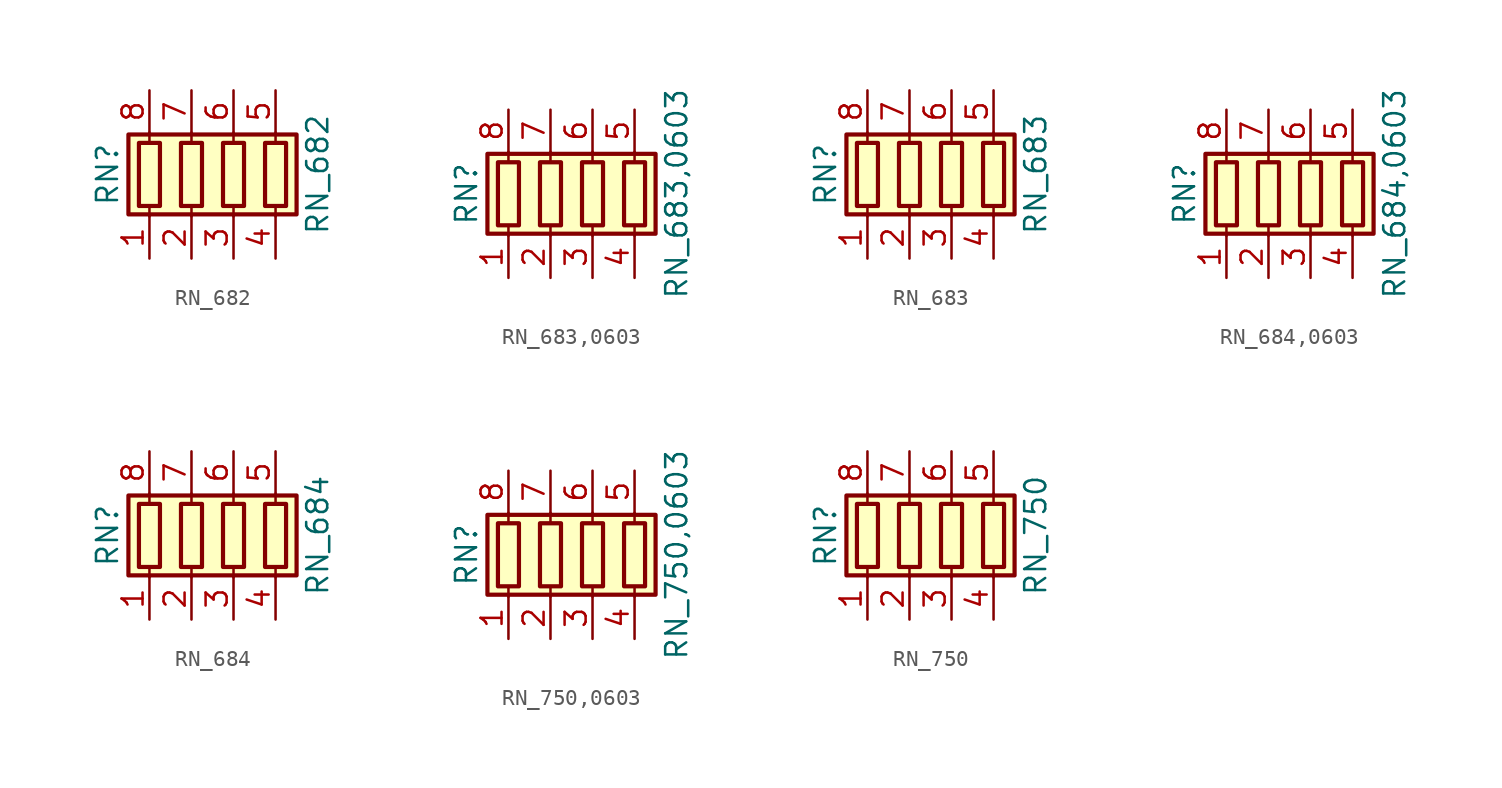
<source format=kicad_sym>
(kicad_symbol_lib
  (version 20211014)
  (generator kicad_symbol_editor)
  (symbol "RN_682"
    (pin_names
      (offset 0) hide)
    (property "Reference" "RN"
      (at -7.62 0 90)
      (effects (font (size 1.27 1.27))))
    (property "Value" "RN_682"
      (at 5.08 0 90)
      (effects (font (size 1.27 1.27))))
    (symbol "RN_682_0_1"
      (rectangle (start -6.35 -2.413) (end 3.81 2.413) (stroke (width 0.254) (type default) (color 0 0 0 0)) (fill (type background)))
      (rectangle (start -5.715 1.905) (end -4.445 -1.905) (stroke (width 0.254) (type default) (color 0 0 0 0)) (fill (type none)))
      (rectangle (start -3.175 1.905) (end -1.905 -1.905) (stroke (width 0.254) (type default) (color 0 0 0 0)) (fill (type none)))
      (rectangle (start -0.635 1.905) (end 0.635 -1.905) (stroke (width 0.254) (type default) (color 0 0 0 0)) (fill (type none)))
      (polyline (pts (xy -5.08 -2.54) (xy -5.08 -1.905)) (stroke (width 0) (type default) (color 0 0 0 0)) (fill (type none)))
      (polyline (pts (xy -5.08 1.905) (xy -5.08 2.54)) (stroke (width 0) (type default) (color 0 0 0 0)) (fill (type none)))
      (polyline (pts (xy -2.54 -2.54) (xy -2.54 -1.905)) (stroke (width 0) (type default) (color 0 0 0 0)) (fill (type none)))
      (polyline (pts (xy -2.54 1.905) (xy -2.54 2.54)) (stroke (width 0) (type default) (color 0 0 0 0)) (fill (type none)))
      (polyline (pts (xy 0 -2.54) (xy 0 -1.905)) (stroke (width 0) (type default) (color 0 0 0 0)) (fill (type none)))
      (polyline (pts (xy 0 1.905) (xy 0 2.54)) (stroke (width 0) (type default) (color 0 0 0 0)) (fill (type none)))
      (polyline (pts (xy 2.54 -2.54) (xy 2.54 -1.905)) (stroke (width 0) (type default) (color 0 0 0 0)) (fill (type none)))
      (polyline (pts (xy 2.54 1.905) (xy 2.54 2.54)) (stroke (width 0) (type default) (color 0 0 0 0)) (fill (type none)))
      (rectangle (start 1.905 1.905) (end 3.175 -1.905) (stroke (width 0.254) (type default) (color 0 0 0 0)) (fill (type none))))
    (symbol "RN_682_1_1"
      (pin passive line (at -5.08 -5.08 90) (length 2.54) (name "R1.1" (effects (font (size 1.27 1.27)))) (number "1" (effects (font (size 1.27 1.27)))))
      (pin passive line (at -2.54 -5.08 90) (length 2.54) (name "R2.1" (effects (font (size 1.27 1.27)))) (number "2" (effects (font (size 1.27 1.27)))))
      (pin passive line (at 0 -5.08 90) (length 2.54) (name "R3.1" (effects (font (size 1.27 1.27)))) (number "3" (effects (font (size 1.27 1.27)))))
      (pin passive line (at 2.54 -5.08 90) (length 2.54) (name "R4.1" (effects (font (size 1.27 1.27)))) (number "4" (effects (font (size 1.27 1.27)))))
      (pin passive line (at 2.54 5.08 270) (length 2.54) (name "R4.2" (effects (font (size 1.27 1.27)))) (number "5" (effects (font (size 1.27 1.27)))))
      (pin passive line (at 0 5.08 270) (length 2.54) (name "R3.2" (effects (font (size 1.27 1.27)))) (number "6" (effects (font (size 1.27 1.27)))))
      (pin passive line (at -2.54 5.08 270) (length 2.54) (name "R2.2" (effects (font (size 1.27 1.27)))) (number "7" (effects (font (size 1.27 1.27)))))
      (pin passive line (at -5.08 5.08 270) (length 2.54) (name "R1.2" (effects (font (size 1.27 1.27)))) (number "8" (effects (font (size 1.27 1.27)))))))
  (symbol "RN_683,0603"
    (pin_names
      (offset 0) hide)
    (property "Reference" "RN"
      (at -7.62 0 90)
      (effects (font (size 1.27 1.27))))
    (property "Value" "RN_683,0603"
      (at 5.08 0 90)
      (effects (font (size 1.27 1.27))))
    (symbol "RN_683,0603_0_1"
      (rectangle (start -6.35 -2.413) (end 3.81 2.413) (stroke (width 0.254) (type default) (color 0 0 0 0)) (fill (type background)))
      (rectangle (start -5.715 1.905) (end -4.445 -1.905) (stroke (width 0.254) (type default) (color 0 0 0 0)) (fill (type none)))
      (rectangle (start -3.175 1.905) (end -1.905 -1.905) (stroke (width 0.254) (type default) (color 0 0 0 0)) (fill (type none)))
      (rectangle (start -0.635 1.905) (end 0.635 -1.905) (stroke (width 0.254) (type default) (color 0 0 0 0)) (fill (type none)))
      (polyline (pts (xy -5.08 -2.54) (xy -5.08 -1.905)) (stroke (width 0) (type default) (color 0 0 0 0)) (fill (type none)))
      (polyline (pts (xy -5.08 1.905) (xy -5.08 2.54)) (stroke (width 0) (type default) (color 0 0 0 0)) (fill (type none)))
      (polyline (pts (xy -2.54 -2.54) (xy -2.54 -1.905)) (stroke (width 0) (type default) (color 0 0 0 0)) (fill (type none)))
      (polyline (pts (xy -2.54 1.905) (xy -2.54 2.54)) (stroke (width 0) (type default) (color 0 0 0 0)) (fill (type none)))
      (polyline (pts (xy 0 -2.54) (xy 0 -1.905)) (stroke (width 0) (type default) (color 0 0 0 0)) (fill (type none)))
      (polyline (pts (xy 0 1.905) (xy 0 2.54)) (stroke (width 0) (type default) (color 0 0 0 0)) (fill (type none)))
      (polyline (pts (xy 2.54 -2.54) (xy 2.54 -1.905)) (stroke (width 0) (type default) (color 0 0 0 0)) (fill (type none)))
      (polyline (pts (xy 2.54 1.905) (xy 2.54 2.54)) (stroke (width 0) (type default) (color 0 0 0 0)) (fill (type none)))
      (rectangle (start 1.905 1.905) (end 3.175 -1.905) (stroke (width 0.254) (type default) (color 0 0 0 0)) (fill (type none))))
    (symbol "RN_683,0603_1_1"
      (pin passive line (at -5.08 -5.08 90) (length 2.54) (name "R1.1" (effects (font (size 1.27 1.27)))) (number "1" (effects (font (size 1.27 1.27)))))
      (pin passive line (at -2.54 -5.08 90) (length 2.54) (name "R2.1" (effects (font (size 1.27 1.27)))) (number "2" (effects (font (size 1.27 1.27)))))
      (pin passive line (at 0 -5.08 90) (length 2.54) (name "R3.1" (effects (font (size 1.27 1.27)))) (number "3" (effects (font (size 1.27 1.27)))))
      (pin passive line (at 2.54 -5.08 90) (length 2.54) (name "R4.1" (effects (font (size 1.27 1.27)))) (number "4" (effects (font (size 1.27 1.27)))))
      (pin passive line (at 2.54 5.08 270) (length 2.54) (name "R4.2" (effects (font (size 1.27 1.27)))) (number "5" (effects (font (size 1.27 1.27)))))
      (pin passive line (at 0 5.08 270) (length 2.54) (name "R3.2" (effects (font (size 1.27 1.27)))) (number "6" (effects (font (size 1.27 1.27)))))
      (pin passive line (at -2.54 5.08 270) (length 2.54) (name "R2.2" (effects (font (size 1.27 1.27)))) (number "7" (effects (font (size 1.27 1.27)))))
      (pin passive line (at -5.08 5.08 270) (length 2.54) (name "R1.2" (effects (font (size 1.27 1.27)))) (number "8" (effects (font (size 1.27 1.27)))))))
  (symbol "RN_683"
    (pin_names
      (offset 0) hide)
    (property "Reference" "RN"
      (at -7.62 0 90)
      (effects (font (size 1.27 1.27))))
    (property "Value" "RN_683"
      (at 5.08 0 90)
      (effects (font (size 1.27 1.27))))
    (symbol "RN_683_0_1"
      (rectangle (start -6.35 -2.413) (end 3.81 2.413) (stroke (width 0.254) (type default) (color 0 0 0 0)) (fill (type background)))
      (rectangle (start -5.715 1.905) (end -4.445 -1.905) (stroke (width 0.254) (type default) (color 0 0 0 0)) (fill (type none)))
      (rectangle (start -3.175 1.905) (end -1.905 -1.905) (stroke (width 0.254) (type default) (color 0 0 0 0)) (fill (type none)))
      (rectangle (start -0.635 1.905) (end 0.635 -1.905) (stroke (width 0.254) (type default) (color 0 0 0 0)) (fill (type none)))
      (polyline (pts (xy -5.08 -2.54) (xy -5.08 -1.905)) (stroke (width 0) (type default) (color 0 0 0 0)) (fill (type none)))
      (polyline (pts (xy -5.08 1.905) (xy -5.08 2.54)) (stroke (width 0) (type default) (color 0 0 0 0)) (fill (type none)))
      (polyline (pts (xy -2.54 -2.54) (xy -2.54 -1.905)) (stroke (width 0) (type default) (color 0 0 0 0)) (fill (type none)))
      (polyline (pts (xy -2.54 1.905) (xy -2.54 2.54)) (stroke (width 0) (type default) (color 0 0 0 0)) (fill (type none)))
      (polyline (pts (xy 0 -2.54) (xy 0 -1.905)) (stroke (width 0) (type default) (color 0 0 0 0)) (fill (type none)))
      (polyline (pts (xy 0 1.905) (xy 0 2.54)) (stroke (width 0) (type default) (color 0 0 0 0)) (fill (type none)))
      (polyline (pts (xy 2.54 -2.54) (xy 2.54 -1.905)) (stroke (width 0) (type default) (color 0 0 0 0)) (fill (type none)))
      (polyline (pts (xy 2.54 1.905) (xy 2.54 2.54)) (stroke (width 0) (type default) (color 0 0 0 0)) (fill (type none)))
      (rectangle (start 1.905 1.905) (end 3.175 -1.905) (stroke (width 0.254) (type default) (color 0 0 0 0)) (fill (type none))))
    (symbol "RN_683_1_1"
      (pin passive line (at -5.08 -5.08 90) (length 2.54) (name "R1.1" (effects (font (size 1.27 1.27)))) (number "1" (effects (font (size 1.27 1.27)))))
      (pin passive line (at -2.54 -5.08 90) (length 2.54) (name "R2.1" (effects (font (size 1.27 1.27)))) (number "2" (effects (font (size 1.27 1.27)))))
      (pin passive line (at 0 -5.08 90) (length 2.54) (name "R3.1" (effects (font (size 1.27 1.27)))) (number "3" (effects (font (size 1.27 1.27)))))
      (pin passive line (at 2.54 -5.08 90) (length 2.54) (name "R4.1" (effects (font (size 1.27 1.27)))) (number "4" (effects (font (size 1.27 1.27)))))
      (pin passive line (at 2.54 5.08 270) (length 2.54) (name "R4.2" (effects (font (size 1.27 1.27)))) (number "5" (effects (font (size 1.27 1.27)))))
      (pin passive line (at 0 5.08 270) (length 2.54) (name "R3.2" (effects (font (size 1.27 1.27)))) (number "6" (effects (font (size 1.27 1.27)))))
      (pin passive line (at -2.54 5.08 270) (length 2.54) (name "R2.2" (effects (font (size 1.27 1.27)))) (number "7" (effects (font (size 1.27 1.27)))))
      (pin passive line (at -5.08 5.08 270) (length 2.54) (name "R1.2" (effects (font (size 1.27 1.27)))) (number "8" (effects (font (size 1.27 1.27)))))))
  (symbol "RN_684,0603"
    (pin_names
      (offset 0) hide)
    (property "Reference" "RN"
      (at -7.62 0 90)
      (effects (font (size 1.27 1.27))))
    (property "Value" "RN_684,0603"
      (at 5.08 0 90)
      (effects (font (size 1.27 1.27))))
    (symbol "RN_684,0603_0_1"
      (rectangle (start -6.35 -2.413) (end 3.81 2.413) (stroke (width 0.254) (type default) (color 0 0 0 0)) (fill (type background)))
      (rectangle (start -5.715 1.905) (end -4.445 -1.905) (stroke (width 0.254) (type default) (color 0 0 0 0)) (fill (type none)))
      (rectangle (start -3.175 1.905) (end -1.905 -1.905) (stroke (width 0.254) (type default) (color 0 0 0 0)) (fill (type none)))
      (rectangle (start -0.635 1.905) (end 0.635 -1.905) (stroke (width 0.254) (type default) (color 0 0 0 0)) (fill (type none)))
      (polyline (pts (xy -5.08 -2.54) (xy -5.08 -1.905)) (stroke (width 0) (type default) (color 0 0 0 0)) (fill (type none)))
      (polyline (pts (xy -5.08 1.905) (xy -5.08 2.54)) (stroke (width 0) (type default) (color 0 0 0 0)) (fill (type none)))
      (polyline (pts (xy -2.54 -2.54) (xy -2.54 -1.905)) (stroke (width 0) (type default) (color 0 0 0 0)) (fill (type none)))
      (polyline (pts (xy -2.54 1.905) (xy -2.54 2.54)) (stroke (width 0) (type default) (color 0 0 0 0)) (fill (type none)))
      (polyline (pts (xy 0 -2.54) (xy 0 -1.905)) (stroke (width 0) (type default) (color 0 0 0 0)) (fill (type none)))
      (polyline (pts (xy 0 1.905) (xy 0 2.54)) (stroke (width 0) (type default) (color 0 0 0 0)) (fill (type none)))
      (polyline (pts (xy 2.54 -2.54) (xy 2.54 -1.905)) (stroke (width 0) (type default) (color 0 0 0 0)) (fill (type none)))
      (polyline (pts (xy 2.54 1.905) (xy 2.54 2.54)) (stroke (width 0) (type default) (color 0 0 0 0)) (fill (type none)))
      (rectangle (start 1.905 1.905) (end 3.175 -1.905) (stroke (width 0.254) (type default) (color 0 0 0 0)) (fill (type none))))
    (symbol "RN_684,0603_1_1"
      (pin passive line (at -5.08 -5.08 90) (length 2.54) (name "R1.1" (effects (font (size 1.27 1.27)))) (number "1" (effects (font (size 1.27 1.27)))))
      (pin passive line (at -2.54 -5.08 90) (length 2.54) (name "R2.1" (effects (font (size 1.27 1.27)))) (number "2" (effects (font (size 1.27 1.27)))))
      (pin passive line (at 0 -5.08 90) (length 2.54) (name "R3.1" (effects (font (size 1.27 1.27)))) (number "3" (effects (font (size 1.27 1.27)))))
      (pin passive line (at 2.54 -5.08 90) (length 2.54) (name "R4.1" (effects (font (size 1.27 1.27)))) (number "4" (effects (font (size 1.27 1.27)))))
      (pin passive line (at 2.54 5.08 270) (length 2.54) (name "R4.2" (effects (font (size 1.27 1.27)))) (number "5" (effects (font (size 1.27 1.27)))))
      (pin passive line (at 0 5.08 270) (length 2.54) (name "R3.2" (effects (font (size 1.27 1.27)))) (number "6" (effects (font (size 1.27 1.27)))))
      (pin passive line (at -2.54 5.08 270) (length 2.54) (name "R2.2" (effects (font (size 1.27 1.27)))) (number "7" (effects (font (size 1.27 1.27)))))
      (pin passive line (at -5.08 5.08 270) (length 2.54) (name "R1.2" (effects (font (size 1.27 1.27)))) (number "8" (effects (font (size 1.27 1.27)))))))
  (symbol "RN_684"
    (pin_names
      (offset 0) hide)
    (property "Reference" "RN"
      (at -7.62 0 90)
      (effects (font (size 1.27 1.27))))
    (property "Value" "RN_684"
      (at 5.08 0 90)
      (effects (font (size 1.27 1.27))))
    (symbol "RN_684_0_1"
      (rectangle (start -6.35 -2.413) (end 3.81 2.413) (stroke (width 0.254) (type default) (color 0 0 0 0)) (fill (type background)))
      (rectangle (start -5.715 1.905) (end -4.445 -1.905) (stroke (width 0.254) (type default) (color 0 0 0 0)) (fill (type none)))
      (rectangle (start -3.175 1.905) (end -1.905 -1.905) (stroke (width 0.254) (type default) (color 0 0 0 0)) (fill (type none)))
      (rectangle (start -0.635 1.905) (end 0.635 -1.905) (stroke (width 0.254) (type default) (color 0 0 0 0)) (fill (type none)))
      (polyline (pts (xy -5.08 -2.54) (xy -5.08 -1.905)) (stroke (width 0) (type default) (color 0 0 0 0)) (fill (type none)))
      (polyline (pts (xy -5.08 1.905) (xy -5.08 2.54)) (stroke (width 0) (type default) (color 0 0 0 0)) (fill (type none)))
      (polyline (pts (xy -2.54 -2.54) (xy -2.54 -1.905)) (stroke (width 0) (type default) (color 0 0 0 0)) (fill (type none)))
      (polyline (pts (xy -2.54 1.905) (xy -2.54 2.54)) (stroke (width 0) (type default) (color 0 0 0 0)) (fill (type none)))
      (polyline (pts (xy 0 -2.54) (xy 0 -1.905)) (stroke (width 0) (type default) (color 0 0 0 0)) (fill (type none)))
      (polyline (pts (xy 0 1.905) (xy 0 2.54)) (stroke (width 0) (type default) (color 0 0 0 0)) (fill (type none)))
      (polyline (pts (xy 2.54 -2.54) (xy 2.54 -1.905)) (stroke (width 0) (type default) (color 0 0 0 0)) (fill (type none)))
      (polyline (pts (xy 2.54 1.905) (xy 2.54 2.54)) (stroke (width 0) (type default) (color 0 0 0 0)) (fill (type none)))
      (rectangle (start 1.905 1.905) (end 3.175 -1.905) (stroke (width 0.254) (type default) (color 0 0 0 0)) (fill (type none))))
    (symbol "RN_684_1_1"
      (pin passive line (at -5.08 -5.08 90) (length 2.54) (name "R1.1" (effects (font (size 1.27 1.27)))) (number "1" (effects (font (size 1.27 1.27)))))
      (pin passive line (at -2.54 -5.08 90) (length 2.54) (name "R2.1" (effects (font (size 1.27 1.27)))) (number "2" (effects (font (size 1.27 1.27)))))
      (pin passive line (at 0 -5.08 90) (length 2.54) (name "R3.1" (effects (font (size 1.27 1.27)))) (number "3" (effects (font (size 1.27 1.27)))))
      (pin passive line (at 2.54 -5.08 90) (length 2.54) (name "R4.1" (effects (font (size 1.27 1.27)))) (number "4" (effects (font (size 1.27 1.27)))))
      (pin passive line (at 2.54 5.08 270) (length 2.54) (name "R4.2" (effects (font (size 1.27 1.27)))) (number "5" (effects (font (size 1.27 1.27)))))
      (pin passive line (at 0 5.08 270) (length 2.54) (name "R3.2" (effects (font (size 1.27 1.27)))) (number "6" (effects (font (size 1.27 1.27)))))
      (pin passive line (at -2.54 5.08 270) (length 2.54) (name "R2.2" (effects (font (size 1.27 1.27)))) (number "7" (effects (font (size 1.27 1.27)))))
      (pin passive line (at -5.08 5.08 270) (length 2.54) (name "R1.2" (effects (font (size 1.27 1.27)))) (number "8" (effects (font (size 1.27 1.27)))))))
  (symbol "RN_750,0603"
    (pin_names
      (offset 0) hide)
    (property "Reference" "RN"
      (at -7.62 0 90)
      (effects (font (size 1.27 1.27))))
    (property "Value" "RN_750,0603"
      (at 5.08 0 90)
      (effects (font (size 1.27 1.27))))
    (symbol "RN_750,0603_0_1"
      (rectangle (start -6.35 -2.413) (end 3.81 2.413) (stroke (width 0.254) (type default) (color 0 0 0 0)) (fill (type background)))
      (rectangle (start -5.715 1.905) (end -4.445 -1.905) (stroke (width 0.254) (type default) (color 0 0 0 0)) (fill (type none)))
      (rectangle (start -3.175 1.905) (end -1.905 -1.905) (stroke (width 0.254) (type default) (color 0 0 0 0)) (fill (type none)))
      (rectangle (start -0.635 1.905) (end 0.635 -1.905) (stroke (width 0.254) (type default) (color 0 0 0 0)) (fill (type none)))
      (polyline (pts (xy -5.08 -2.54) (xy -5.08 -1.905)) (stroke (width 0) (type default) (color 0 0 0 0)) (fill (type none)))
      (polyline (pts (xy -5.08 1.905) (xy -5.08 2.54)) (stroke (width 0) (type default) (color 0 0 0 0)) (fill (type none)))
      (polyline (pts (xy -2.54 -2.54) (xy -2.54 -1.905)) (stroke (width 0) (type default) (color 0 0 0 0)) (fill (type none)))
      (polyline (pts (xy -2.54 1.905) (xy -2.54 2.54)) (stroke (width 0) (type default) (color 0 0 0 0)) (fill (type none)))
      (polyline (pts (xy 0 -2.54) (xy 0 -1.905)) (stroke (width 0) (type default) (color 0 0 0 0)) (fill (type none)))
      (polyline (pts (xy 0 1.905) (xy 0 2.54)) (stroke (width 0) (type default) (color 0 0 0 0)) (fill (type none)))
      (polyline (pts (xy 2.54 -2.54) (xy 2.54 -1.905)) (stroke (width 0) (type default) (color 0 0 0 0)) (fill (type none)))
      (polyline (pts (xy 2.54 1.905) (xy 2.54 2.54)) (stroke (width 0) (type default) (color 0 0 0 0)) (fill (type none)))
      (rectangle (start 1.905 1.905) (end 3.175 -1.905) (stroke (width 0.254) (type default) (color 0 0 0 0)) (fill (type none))))
    (symbol "RN_750,0603_1_1"
      (pin passive line (at -5.08 -5.08 90) (length 2.54) (name "R1.1" (effects (font (size 1.27 1.27)))) (number "1" (effects (font (size 1.27 1.27)))))
      (pin passive line (at -2.54 -5.08 90) (length 2.54) (name "R2.1" (effects (font (size 1.27 1.27)))) (number "2" (effects (font (size 1.27 1.27)))))
      (pin passive line (at 0 -5.08 90) (length 2.54) (name "R3.1" (effects (font (size 1.27 1.27)))) (number "3" (effects (font (size 1.27 1.27)))))
      (pin passive line (at 2.54 -5.08 90) (length 2.54) (name "R4.1" (effects (font (size 1.27 1.27)))) (number "4" (effects (font (size 1.27 1.27)))))
      (pin passive line (at 2.54 5.08 270) (length 2.54) (name "R4.2" (effects (font (size 1.27 1.27)))) (number "5" (effects (font (size 1.27 1.27)))))
      (pin passive line (at 0 5.08 270) (length 2.54) (name "R3.2" (effects (font (size 1.27 1.27)))) (number "6" (effects (font (size 1.27 1.27)))))
      (pin passive line (at -2.54 5.08 270) (length 2.54) (name "R2.2" (effects (font (size 1.27 1.27)))) (number "7" (effects (font (size 1.27 1.27)))))
      (pin passive line (at -5.08 5.08 270) (length 2.54) (name "R1.2" (effects (font (size 1.27 1.27)))) (number "8" (effects (font (size 1.27 1.27)))))))
  (symbol "RN_750"
    (pin_names
      (offset 0) hide)
    (property "Reference" "RN"
      (at -7.62 0 90)
      (effects (font (size 1.27 1.27))))
    (property "Value" "RN_750"
      (at 5.08 0 90)
      (effects (font (size 1.27 1.27))))
    (symbol "RN_750_0_1"
      (rectangle (start -6.35 -2.413) (end 3.81 2.413) (stroke (width 0.254) (type default) (color 0 0 0 0)) (fill (type background)))
      (rectangle (start -5.715 1.905) (end -4.445 -1.905) (stroke (width 0.254) (type default) (color 0 0 0 0)) (fill (type none)))
      (rectangle (start -3.175 1.905) (end -1.905 -1.905) (stroke (width 0.254) (type default) (color 0 0 0 0)) (fill (type none)))
      (rectangle (start -0.635 1.905) (end 0.635 -1.905) (stroke (width 0.254) (type default) (color 0 0 0 0)) (fill (type none)))
      (polyline (pts (xy -5.08 -2.54) (xy -5.08 -1.905)) (stroke (width 0) (type default) (color 0 0 0 0)) (fill (type none)))
      (polyline (pts (xy -5.08 1.905) (xy -5.08 2.54)) (stroke (width 0) (type default) (color 0 0 0 0)) (fill (type none)))
      (polyline (pts (xy -2.54 -2.54) (xy -2.54 -1.905)) (stroke (width 0) (type default) (color 0 0 0 0)) (fill (type none)))
      (polyline (pts (xy -2.54 1.905) (xy -2.54 2.54)) (stroke (width 0) (type default) (color 0 0 0 0)) (fill (type none)))
      (polyline (pts (xy 0 -2.54) (xy 0 -1.905)) (stroke (width 0) (type default) (color 0 0 0 0)) (fill (type none)))
      (polyline (pts (xy 0 1.905) (xy 0 2.54)) (stroke (width 0) (type default) (color 0 0 0 0)) (fill (type none)))
      (polyline (pts (xy 2.54 -2.54) (xy 2.54 -1.905)) (stroke (width 0) (type default) (color 0 0 0 0)) (fill (type none)))
      (polyline (pts (xy 2.54 1.905) (xy 2.54 2.54)) (stroke (width 0) (type default) (color 0 0 0 0)) (fill (type none)))
      (rectangle (start 1.905 1.905) (end 3.175 -1.905) (stroke (width 0.254) (type default) (color 0 0 0 0)) (fill (type none))))
    (symbol "RN_750_1_1"
      (pin passive line (at -5.08 -5.08 90) (length 2.54) (name "R1.1" (effects (font (size 1.27 1.27)))) (number "1" (effects (font (size 1.27 1.27)))))
      (pin passive line (at -2.54 -5.08 90) (length 2.54) (name "R2.1" (effects (font (size 1.27 1.27)))) (number "2" (effects (font (size 1.27 1.27)))))
      (pin passive line (at 0 -5.08 90) (length 2.54) (name "R3.1" (effects (font (size 1.27 1.27)))) (number "3" (effects (font (size 1.27 1.27)))))
      (pin passive line (at 2.54 -5.08 90) (length 2.54) (name "R4.1" (effects (font (size 1.27 1.27)))) (number "4" (effects (font (size 1.27 1.27)))))
      (pin passive line (at 2.54 5.08 270) (length 2.54) (name "R4.2" (effects (font (size 1.27 1.27)))) (number "5" (effects (font (size 1.27 1.27)))))
      (pin passive line (at 0 5.08 270) (length 2.54) (name "R3.2" (effects (font (size 1.27 1.27)))) (number "6" (effects (font (size 1.27 1.27)))))
      (pin passive line (at -2.54 5.08 270) (length 2.54) (name "R2.2" (effects (font (size 1.27 1.27)))) (number "7" (effects (font (size 1.27 1.27)))))
      (pin passive line (at -5.08 5.08 270) (length 2.54) (name "R1.2" (effects (font (size 1.27 1.27)))) (number "8" (effects (font (size 1.27 1.27))))))))
</source>
